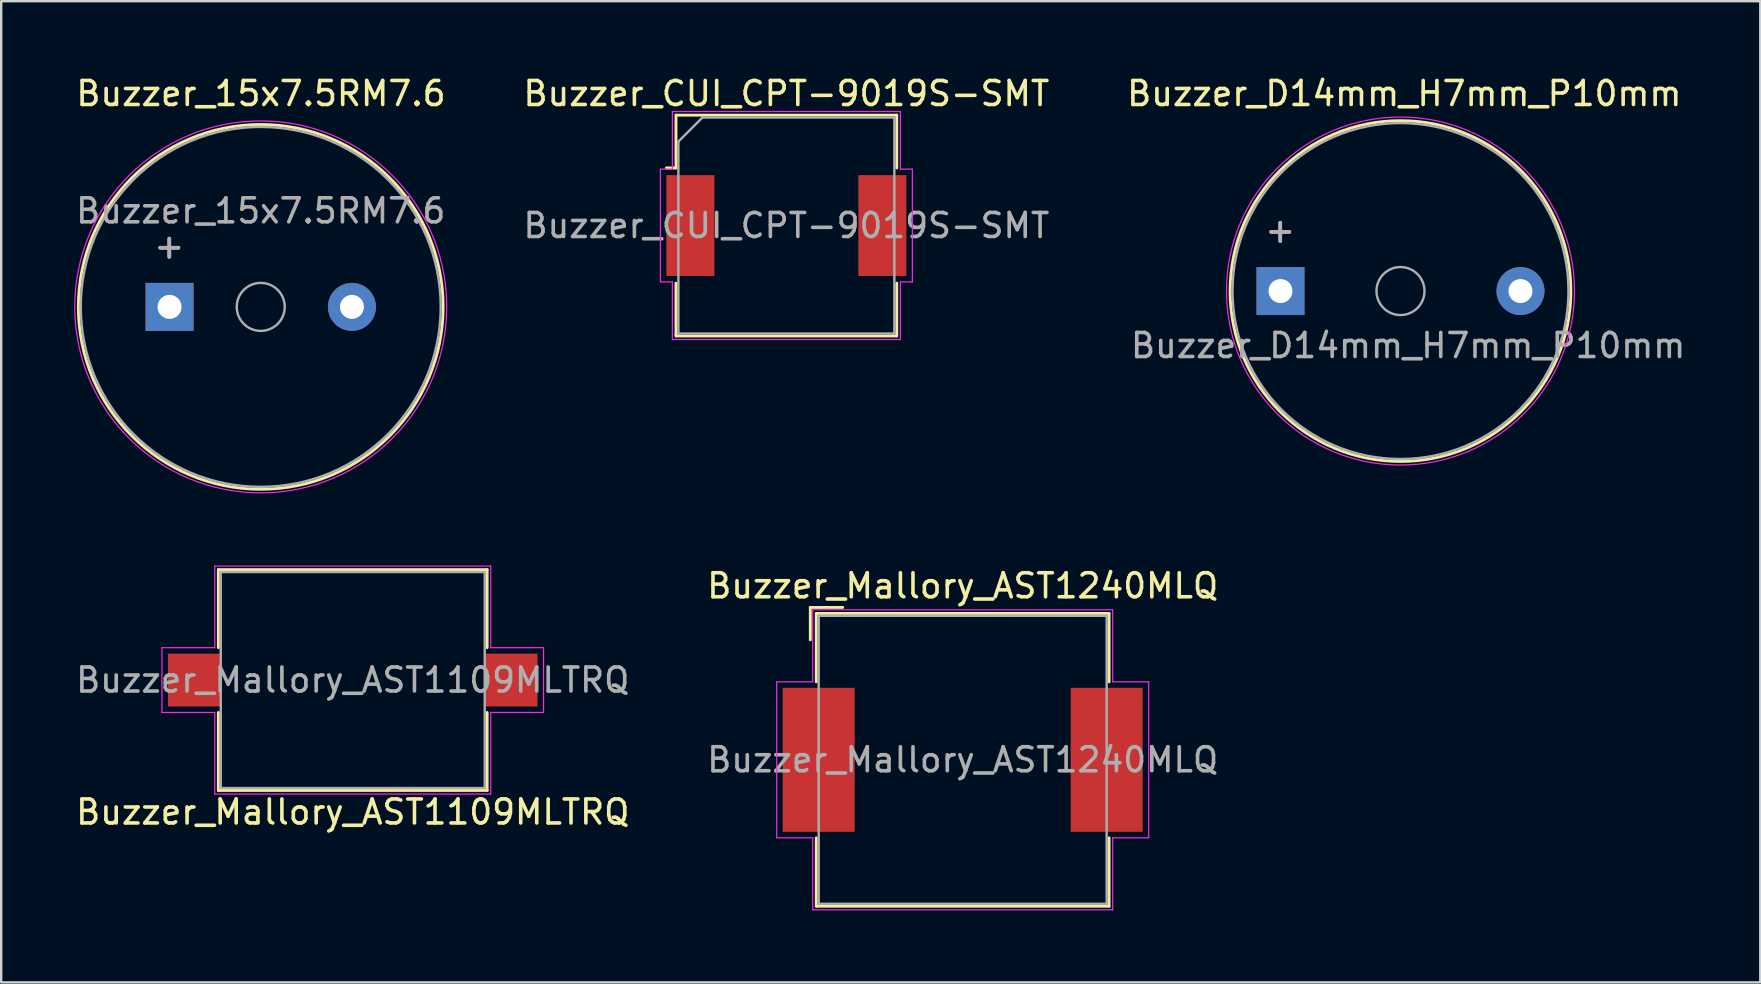
<source format=kicad_pcb>
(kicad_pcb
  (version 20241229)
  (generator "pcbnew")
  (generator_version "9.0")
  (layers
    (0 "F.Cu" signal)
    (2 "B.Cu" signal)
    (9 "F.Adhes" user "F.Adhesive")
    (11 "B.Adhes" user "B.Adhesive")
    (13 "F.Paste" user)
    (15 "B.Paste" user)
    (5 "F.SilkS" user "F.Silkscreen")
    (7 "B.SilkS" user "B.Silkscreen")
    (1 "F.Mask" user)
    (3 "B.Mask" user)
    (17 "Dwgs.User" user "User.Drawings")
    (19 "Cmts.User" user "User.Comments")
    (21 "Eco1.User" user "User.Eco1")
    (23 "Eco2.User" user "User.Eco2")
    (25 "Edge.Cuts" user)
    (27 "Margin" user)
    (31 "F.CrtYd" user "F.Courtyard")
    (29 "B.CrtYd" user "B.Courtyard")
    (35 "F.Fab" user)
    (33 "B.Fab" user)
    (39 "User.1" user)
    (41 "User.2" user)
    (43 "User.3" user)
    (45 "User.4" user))
  (footprint "Buzzer_15x7.5RM7.6"
    (layer "F.Cu")
    (at 4.015 9.738)
    (property "Reference" "Buzzer_15x7.5RM7.6" (at 3.81 -8.89 0) (layer "F.SilkS") (effects (font (size 1 1) (thickness 0.15))))
    (attr through_hole)
    (fp_circle (center 3.8 0) (end 11.4 0) (stroke (width 0.12) (type solid)) (fill no) (layer "F.SilkS"))
    (fp_circle (center 3.8 0) (end 11.55 0) (stroke (width 0.05) (type solid)) (fill no) (layer "F.CrtYd"))
    (fp_circle (center 3.8 0) (end 4.8 0) (stroke (width 0.1) (type solid)) (fill no) (layer "F.Fab"))
    (fp_circle (center 3.8 0) (end 11.3 0) (stroke (width 0.1) (type solid)) (fill no) (layer "F.Fab"))
    (fp_text user "+" (at -0.01 -2.54 0) (layer "F.SilkS") (effects (font (size 1 1) (thickness 0.15))))
    (fp_text user "+" (at -0.01 -2.54 0) (layer "F.Fab") (effects (font (size 1 1) (thickness 0.15))))
    (fp_text user "${REFERENCE}" (at 3.8 -4 0) (layer "F.Fab") (effects (font (size 1 1) (thickness 0.15))))
    (pad "1" thru_hole rect (at 0 0) (size 2 2) (drill 1) (layers "*.Cu" "*.Mask"))
    (pad "2" thru_hole circle (at 7.6 0) (size 2 2) (drill 1) (layers "*.Cu" "*.Mask")))
  (footprint "Buzzer_Mallory_AST1240MLQ"
    (layer "F.Cu")
    (at 37.065 28.611)
    (property "Reference" "Buzzer_Mallory_AST1240MLQ" (at 0 -7.25 0) (layer "F.SilkS") (effects (font (size 1 1) (thickness 0.15))))
    (attr smd)
    (fp_line (start -6.35 -6.35) (end -6.35 -5) (stroke (width 0.12) (type solid)) (layer "F.SilkS"))
    (fp_line (start -6.35 -6.35) (end -5 -6.35) (stroke (width 0.12) (type solid)) (layer "F.SilkS"))
    (fp_line (start -6.1 -6.1) (end 6.1 -6.1) (stroke (width 0.12) (type solid)) (layer "F.SilkS"))
    (fp_line (start -6.1 -3.25) (end -6.1 -6.1) (stroke (width 0.12) (type solid)) (layer "F.SilkS"))
    (fp_line (start -6.1 6.1) (end -6.1 3.25) (stroke (width 0.12) (type solid)) (layer "F.SilkS"))
    (fp_line (start 6.1 -6.1) (end 6.1 -3.25) (stroke (width 0.12) (type solid)) (layer "F.SilkS"))
    (fp_line (start 6.1 3.25) (end 6.1 6.1) (stroke (width 0.12) (type solid)) (layer "F.SilkS"))
    (fp_line (start 6.1 6.1) (end -6.1 6.1) (stroke (width 0.12) (type solid)) (layer "F.SilkS"))
    (fp_line (start -7.75 -3.25) (end -6.25 -3.25) (stroke (width 0.05) (type solid)) (layer "F.CrtYd"))
    (fp_line (start -7.75 3.25) (end -7.75 -3.25) (stroke (width 0.05) (type solid)) (layer "F.CrtYd"))
    (fp_line (start -6.25 -6.25) (end 6.25 -6.25) (stroke (width 0.05) (type solid)) (layer "F.CrtYd"))
    (fp_line (start -6.25 -3.25) (end -6.25 -6.25) (stroke (width 0.05) (type solid)) (layer "F.CrtYd"))
    (fp_line (start -6.25 3.25) (end -7.75 3.25) (stroke (width 0.05) (type solid)) (layer "F.CrtYd"))
    (fp_line (start -6.25 6.25) (end -6.25 3.25) (stroke (width 0.05) (type solid)) (layer "F.CrtYd"))
    (fp_line (start 6.25 -6.25) (end 6.25 -3.25) (stroke (width 0.05) (type solid)) (layer "F.CrtYd"))
    (fp_line (start 6.25 -3.25) (end 7.75 -3.25) (stroke (width 0.05) (type solid)) (layer "F.CrtYd"))
    (fp_line (start 6.25 3.25) (end 6.25 6.25) (stroke (width 0.05) (type solid)) (layer "F.CrtYd"))
    (fp_line (start 6.25 6.25) (end -6.25 6.25) (stroke (width 0.05) (type solid)) (layer "F.CrtYd"))
    (fp_line (start 7.75 -3.25) (end 7.75 3.25) (stroke (width 0.05) (type solid)) (layer "F.CrtYd"))
    (fp_line (start 7.75 3.25) (end 6.25 3.25) (stroke (width 0.05) (type solid)) (layer "F.CrtYd"))
    (fp_line (start -6 -6) (end 6 -6) (stroke (width 0.1) (type solid)) (layer "F.Fab"))
    (fp_line (start -6 6) (end -6 -6) (stroke (width 0.1) (type solid)) (layer "F.Fab"))
    (fp_line (start 6 -6) (end 6 6) (stroke (width 0.1) (type solid)) (layer "F.Fab"))
    (fp_line (start 6 6) (end -6 6) (stroke (width 0.1) (type solid)) (layer "F.Fab"))
    (fp_text user "${REFERENCE}" (at 0 0 180) (layer "F.Fab") (effects (font (size 1 1) (thickness 0.15))))
    (pad "1" smd rect (at -6 0) (size 3 6) (layers "F.Cu" "F.Mask" "F.Paste"))
    (pad "2" smd rect (at 6 0) (size 3 6) (layers "F.Cu" "F.Mask" "F.Paste")))
  (footprint "Buzzer_CUI_CPT-9019S-SMT"
    (layer "F.Cu")
    (at 29.718 6.348)
    (property "Reference" "Buzzer_CUI_CPT-9019S-SMT" (at 0 -5.5 0) (layer "F.SilkS") (effects (font (size 1 1) (thickness 0.15))))
    (attr smd)
    (fp_line (start -4.6 -4.6) (end -4.6 -2.4) (stroke (width 0.12) (type solid)) (layer "F.SilkS"))
    (fp_line (start -4.6 -4.6) (end 4.6 -4.6) (stroke (width 0.12) (type solid)) (layer "F.SilkS"))
    (fp_line (start -4.6 -2.4) (end -5 -2.4) (stroke (width 0.12) (type solid)) (layer "F.SilkS"))
    (fp_line (start -4.6 2.4) (end -4.6 4.6) (stroke (width 0.12) (type solid)) (layer "F.SilkS"))
    (fp_line (start 4.6 -4.6) (end 4.6 -2.4) (stroke (width 0.12) (type solid)) (layer "F.SilkS"))
    (fp_line (start 4.6 2.4) (end 4.6 4.6) (stroke (width 0.12) (type solid)) (layer "F.SilkS"))
    (fp_line (start 4.6 4.6) (end -4.6 4.6) (stroke (width 0.12) (type solid)) (layer "F.SilkS"))
    (fp_line (start -5.25 -2.35) (end -4.75 -2.35) (stroke (width 0.05) (type solid)) (layer "F.CrtYd"))
    (fp_line (start -5.25 2.35) (end -5.25 -2.35) (stroke (width 0.05) (type solid)) (layer "F.CrtYd"))
    (fp_line (start -4.75 -4.75) (end 4.75 -4.75) (stroke (width 0.05) (type solid)) (layer "F.CrtYd"))
    (fp_line (start -4.75 -2.35) (end -4.75 -4.75) (stroke (width 0.05) (type solid)) (layer "F.CrtYd"))
    (fp_line (start -4.75 2.35) (end -5.25 2.35) (stroke (width 0.05) (type solid)) (layer "F.CrtYd"))
    (fp_line (start -4.75 4.75) (end -4.75 2.35) (stroke (width 0.05) (type solid)) (layer "F.CrtYd"))
    (fp_line (start 4.75 -4.75) (end 4.75 -2.35) (stroke (width 0.05) (type solid)) (layer "F.CrtYd"))
    (fp_line (start 4.75 -2.35) (end 5.25 -2.35) (stroke (width 0.05) (type solid)) (layer "F.CrtYd"))
    (fp_line (start 4.75 2.35) (end 4.75 4.75) (stroke (width 0.05) (type solid)) (layer "F.CrtYd"))
    (fp_line (start 4.75 4.75) (end -4.75 4.75) (stroke (width 0.05) (type solid)) (layer "F.CrtYd"))
    (fp_line (start 5.25 -2.35) (end 5.25 2.35) (stroke (width 0.05) (type solid)) (layer "F.CrtYd"))
    (fp_line (start 5.25 2.35) (end 4.75 2.35) (stroke (width 0.05) (type solid)) (layer "F.CrtYd"))
    (fp_line (start -4.5 -3.5) (end -4.5 4.5) (stroke (width 0.1) (type solid)) (layer "F.Fab"))
    (fp_line (start -4.5 4.5) (end 4.5 4.5) (stroke (width 0.1) (type solid)) (layer "F.Fab"))
    (fp_line (start -3.5 -4.5) (end -4.5 -3.5) (stroke (width 0.1) (type solid)) (layer "F.Fab"))
    (fp_line (start 4.5 -4.5) (end -3.5 -4.5) (stroke (width 0.1) (type solid)) (layer "F.Fab"))
    (fp_line (start 4.5 4.5) (end 4.5 -4.5) (stroke (width 0.1) (type solid)) (layer "F.Fab"))
    (fp_text user "${REFERENCE}" (at 0 0 0) (layer "F.Fab") (effects (font (size 1 1) (thickness 0.15))))
    (pad "1" smd rect (at -4 0) (size 2 4.2) (layers "F.Cu" "F.Mask" "F.Paste"))
    (pad "2" smd rect (at 4 0) (size 2 4.2) (layers "F.Cu" "F.Mask" "F.Paste")))
  (footprint "Buzzer_Mallory_AST1109MLTRQ"
    (layer "F.Cu")
    (at 11.649 25.288)
    (property "Reference" "Buzzer_Mallory_AST1109MLTRQ" (at 0 5.5 180) (layer "F.SilkS") (effects (font (size 1 1) (thickness 0.15))))
    (attr smd)
    (fp_line (start -5.6 -4.6) (end 5.6 -4.6) (stroke (width 0.12) (type solid)) (layer "F.SilkS"))
    (fp_line (start -5.6 -1.35) (end -5.6 -4.6) (stroke (width 0.12) (type solid)) (layer "F.SilkS"))
    (fp_line (start -5.6 4.6) (end -5.6 1.35) (stroke (width 0.12) (type solid)) (layer "F.SilkS"))
    (fp_line (start 5.6 -4.6) (end 5.6 -1.35) (stroke (width 0.12) (type solid)) (layer "F.SilkS"))
    (fp_line (start 5.6 1.35) (end 5.6 4.6) (stroke (width 0.12) (type solid)) (layer "F.SilkS"))
    (fp_line (start 5.6 4.6) (end -5.6 4.6) (stroke (width 0.12) (type solid)) (layer "F.SilkS"))
    (fp_line (start -7.95 -1.35) (end -5.75 -1.35) (stroke (width 0.05) (type solid)) (layer "F.CrtYd"))
    (fp_line (start -7.95 1.35) (end -7.95 -1.35) (stroke (width 0.05) (type solid)) (layer "F.CrtYd"))
    (fp_line (start -5.75 -4.75) (end 5.75 -4.75) (stroke (width 0.05) (type solid)) (layer "F.CrtYd"))
    (fp_line (start -5.75 -1.35) (end -5.75 -4.75) (stroke (width 0.05) (type solid)) (layer "F.CrtYd"))
    (fp_line (start -5.75 1.35) (end -7.95 1.35) (stroke (width 0.05) (type solid)) (layer "F.CrtYd"))
    (fp_line (start -5.75 4.75) (end -5.75 1.35) (stroke (width 0.05) (type solid)) (layer "F.CrtYd"))
    (fp_line (start 5.75 -4.75) (end 5.75 -1.35) (stroke (width 0.05) (type solid)) (layer "F.CrtYd"))
    (fp_line (start 5.75 -1.35) (end 7.95 -1.35) (stroke (width 0.05) (type solid)) (layer "F.CrtYd"))
    (fp_line (start 5.75 1.35) (end 5.75 4.75) (stroke (width 0.05) (type solid)) (layer "F.CrtYd"))
    (fp_line (start 5.75 4.75) (end -5.75 4.75) (stroke (width 0.05) (type solid)) (layer "F.CrtYd"))
    (fp_line (start 7.95 -1.35) (end 7.95 1.35) (stroke (width 0.05) (type solid)) (layer "F.CrtYd"))
    (fp_line (start 7.95 1.35) (end 5.75 1.35) (stroke (width 0.05) (type solid)) (layer "F.CrtYd"))
    (fp_line (start -5.5 -4.5) (end 5.5 -4.5) (stroke (width 0.1) (type solid)) (layer "F.Fab"))
    (fp_line (start -5.5 4.5) (end -5.5 -4.5) (stroke (width 0.1) (type solid)) (layer "F.Fab"))
    (fp_line (start 5.5 -4.5) (end 5.5 4.5) (stroke (width 0.1) (type solid)) (layer "F.Fab"))
    (fp_line (start 5.5 4.5) (end -5.5 4.5) (stroke (width 0.1) (type solid)) (layer "F.Fab"))
    (fp_text user "${REFERENCE}" (at 0 0 180) (layer "F.Fab") (effects (font (size 1 1) (thickness 0.15))))
    (pad "1" smd rect (at -6.6 0) (size 2.2 2.2) (layers "F.Cu" "F.Mask" "F.Paste"))
    (pad "2" smd rect (at 6.6 0) (size 2.2 2.2) (layers "F.Cu" "F.Mask" "F.Paste")))
  (footprint "Buzzer_D14mm_H7mm_P10mm"
    (layer "F.Cu")
    (at 50.308 9.078)
    (property "Reference" "Buzzer_D14mm_H7mm_P10mm" (at 5.16 -8.23 0) (layer "F.SilkS") (effects (font (size 1 1) (thickness 0.15))))
    (attr through_hole)
    (fp_circle (center 5 0) (end 12.1 0) (stroke (width 0.12) (type solid)) (fill no) (layer "F.SilkS"))
    (fp_circle (center 5 0) (end 12.25 0) (stroke (width 0.05) (type solid)) (fill no) (layer "F.CrtYd"))
    (fp_circle (center 5 0) (end 6 0) (stroke (width 0.1) (type solid)) (fill no) (layer "F.Fab"))
    (fp_circle (center 5 0) (end 12 0) (stroke (width 0.1) (type solid)) (fill no) (layer "F.Fab"))
    (fp_text user "+" (at -0.01 -2.54 0) (layer "F.SilkS") (effects (font (size 1 1) (thickness 0.15))))
    (fp_text user "+" (at -0.01 -2.54 0) (layer "F.Fab") (effects (font (size 1 1) (thickness 0.15))))
    (fp_text user "${REFERENCE}" (at 5.32 2.27 0) (layer "F.Fab") (effects (font (size 1 1) (thickness 0.15))))
    (pad "1" thru_hole rect (at 0 0) (size 2 2) (drill 1) (layers "*.Cu" "*.Mask"))
    (pad "2" thru_hole circle (at 10 0) (size 2 2) (drill 1) (layers "*.Cu" "*.Mask")))
  (gr_rect
    (start -3 -3)
    (end 70.301 37.886)
    (stroke (width 0.1) (type default))
    (fill no)
    (layer "Edge.Cuts")))
</source>
